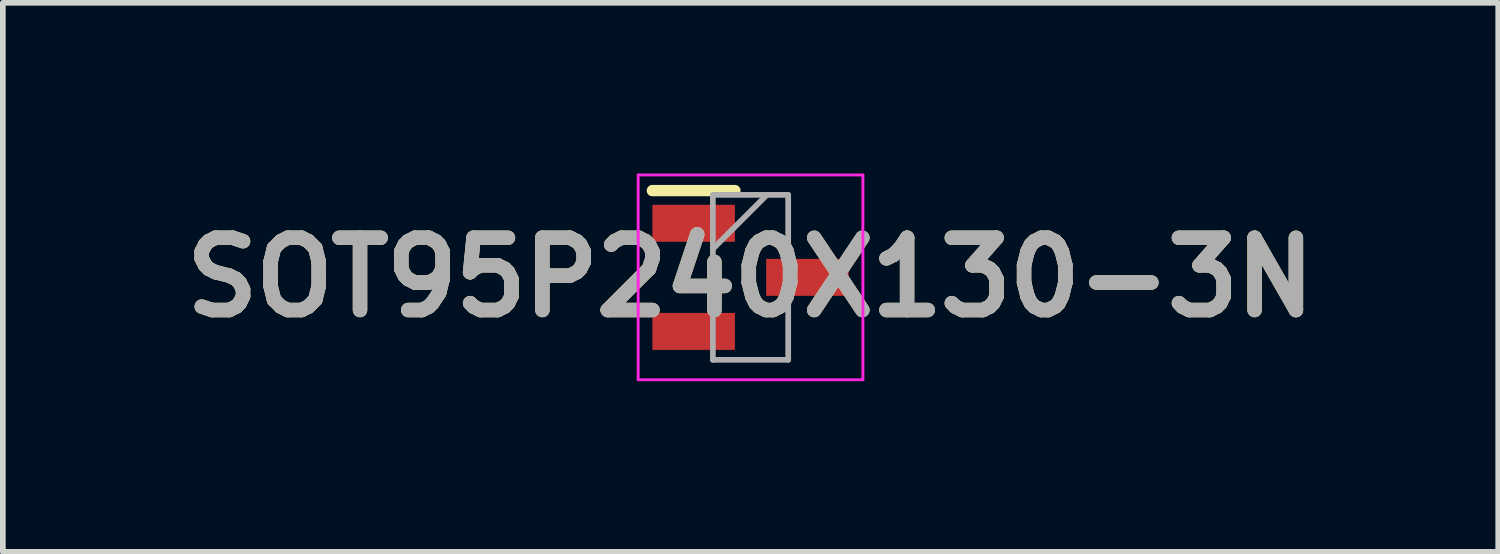
<source format=kicad_pcb>
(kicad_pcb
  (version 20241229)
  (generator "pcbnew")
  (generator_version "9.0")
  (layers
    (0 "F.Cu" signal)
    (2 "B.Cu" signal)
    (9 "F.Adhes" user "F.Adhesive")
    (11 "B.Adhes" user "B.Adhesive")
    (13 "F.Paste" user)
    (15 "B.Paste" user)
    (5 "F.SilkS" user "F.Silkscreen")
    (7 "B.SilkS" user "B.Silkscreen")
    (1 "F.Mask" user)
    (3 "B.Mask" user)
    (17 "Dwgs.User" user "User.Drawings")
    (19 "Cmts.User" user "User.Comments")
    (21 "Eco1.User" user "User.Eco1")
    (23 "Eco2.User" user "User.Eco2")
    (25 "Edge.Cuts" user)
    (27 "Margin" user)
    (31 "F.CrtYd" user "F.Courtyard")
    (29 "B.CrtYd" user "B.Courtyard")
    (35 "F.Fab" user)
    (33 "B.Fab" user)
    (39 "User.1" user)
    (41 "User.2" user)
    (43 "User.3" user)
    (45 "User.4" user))
  (footprint "SOT95P240X130-3N"
    (layer "F.Cu")
    (at 10.142 1.825)
    (property "Reference" "SOT95P240X130-3N" (at 0 0 0) (layer "F.SilkS") (effects (font (size 1.27 1.27) (thickness 0.254))))
    (attr smd)
    (fp_line (start -1.725 -1.525) (end -0.275 -1.525) (stroke (width 0.2) (type solid)) (layer "F.SilkS"))
    (fp_line (start -1.975 -1.8) (end 1.975 -1.8) (stroke (width 0.05) (type solid)) (layer "F.CrtYd"))
    (fp_line (start -1.975 1.8) (end -1.975 -1.8) (stroke (width 0.05) (type solid)) (layer "F.CrtYd"))
    (fp_line (start 1.975 -1.8) (end 1.975 1.8) (stroke (width 0.05) (type solid)) (layer "F.CrtYd"))
    (fp_line (start 1.975 1.8) (end -1.975 1.8) (stroke (width 0.05) (type solid)) (layer "F.CrtYd"))
    (fp_line (start -0.662 -1.45) (end 0.662 -1.45) (stroke (width 0.1) (type solid)) (layer "F.Fab"))
    (fp_line (start -0.662 -0.5) (end 0.288 -1.45) (stroke (width 0.1) (type solid)) (layer "F.Fab"))
    (fp_line (start -0.662 1.45) (end -0.662 -1.45) (stroke (width 0.1) (type solid)) (layer "F.Fab"))
    (fp_line (start 0.662 -1.45) (end 0.662 1.45) (stroke (width 0.1) (type solid)) (layer "F.Fab"))
    (fp_line (start 0.662 1.45) (end -0.662 1.45) (stroke (width 0.1) (type solid)) (layer "F.Fab"))
    (fp_text user "${REFERENCE}" (at 0 0 0) (layer "F.Fab") (effects (font (size 1.27 1.27) (thickness 0.254))))
    (pad "1" smd rect (at -1 -0.95 90) (size 0.65 1.45) (layers "F.Cu" "F.Mask" "F.Paste"))
    (pad "2" smd rect (at -1 0.95 90) (size 0.65 1.45) (layers "F.Cu" "F.Mask" "F.Paste"))
    (pad "3" smd rect (at 1 0 90) (size 0.65 1.45) (layers "F.Cu" "F.Mask" "F.Paste")))
  (gr_rect
    (start -3 -3)
    (end 23.284 6.65)
    (stroke (width 0.1) (type default))
    (fill no)
    (layer "Edge.Cuts")))
</source>
